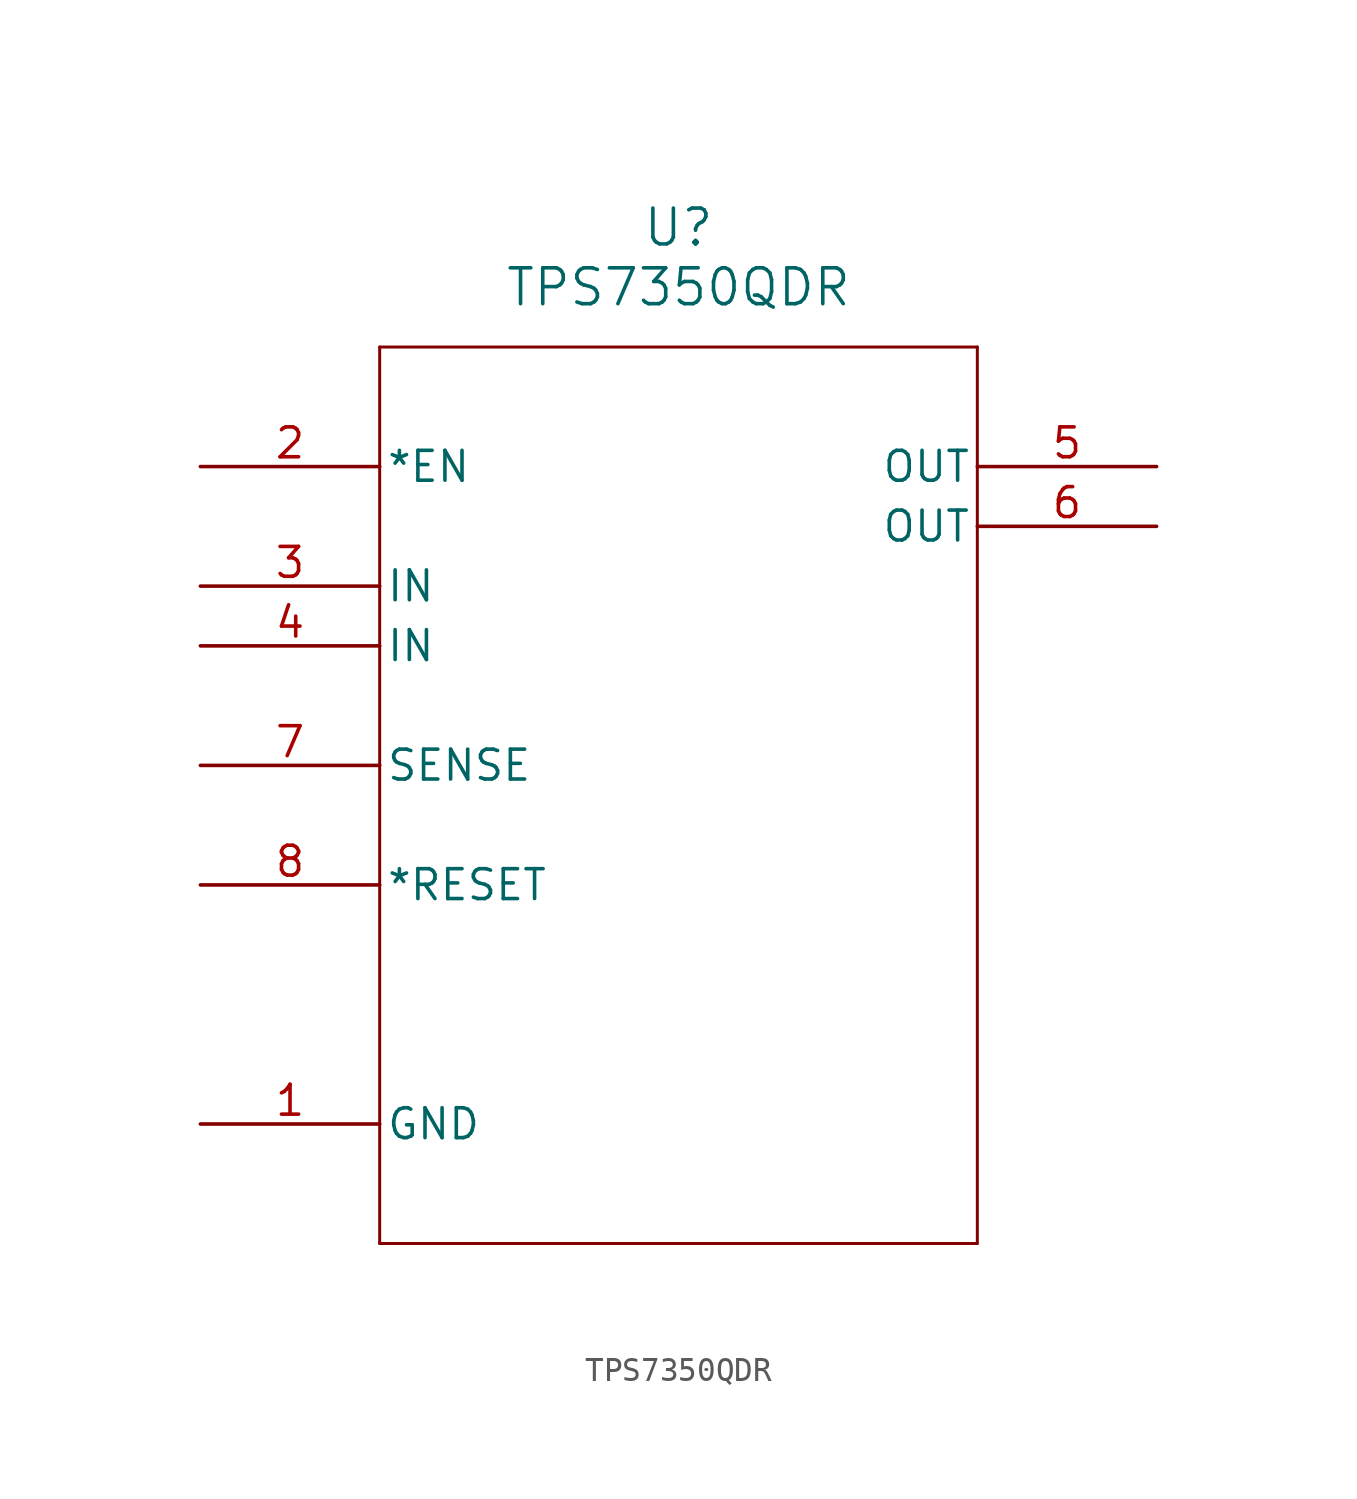
<source format=kicad_sym>
(kicad_symbol_lib
  (version 20211014)
  (generator kicad_symbol_editor)
  (symbol "TPS7350QDR"
    (pin_names
      (offset 0.254))
    (property "Reference" "U"
      (at 20.32 10.16 0)
      (effects (font (size 1.524 1.524))))
    (property "Value" "TPS7350QDR"
      (at 20.32 7.62 0)
      (effects (font (size 1.524 1.524))))
    (symbol "TPS7350QDR_0_1"
      (polyline (pts (xy 7.62 5.08) (xy 7.62 -33.02)) (stroke (width 0.127) (type default) (color 0 0 0 0)) (fill (type none)))
      (polyline (pts (xy 7.62 -33.02) (xy 33.02 -33.02)) (stroke (width 0.127) (type default) (color 0 0 0 0)) (fill (type none)))
      (polyline (pts (xy 33.02 -33.02) (xy 33.02 5.08)) (stroke (width 0.127) (type default) (color 0 0 0 0)) (fill (type none)))
      (polyline (pts (xy 33.02 5.08) (xy 7.62 5.08)) (stroke (width 0.127) (type default) (color 0 0 0 0)) (fill (type none)))
      (pin unspecified line (at 0 -27.94 0) (length 7.62) (name "GND" (effects (font (size 1.27 1.27)))) (number "1" (effects (font (size 1.27 1.27)))))
      (pin input line (at 0 0 0) (length 7.62) (name "*EN" (effects (font (size 1.27 1.27)))) (number "2" (effects (font (size 1.27 1.27)))))
      (pin input line (at 0 -5.08 0) (length 7.62) (name "IN" (effects (font (size 1.27 1.27)))) (number "3" (effects (font (size 1.27 1.27)))))
      (pin input line (at 0 -7.62 0) (length 7.62) (name "IN" (effects (font (size 1.27 1.27)))) (number "4" (effects (font (size 1.27 1.27)))))
      (pin output line (at 40.64 0 180) (length 7.62) (name "OUT" (effects (font (size 1.27 1.27)))) (number "5" (effects (font (size 1.27 1.27)))))
      (pin output line (at 40.64 -2.54 180) (length 7.62) (name "OUT" (effects (font (size 1.27 1.27)))) (number "6" (effects (font (size 1.27 1.27)))))
      (pin input line (at 0 -12.7 0) (length 7.62) (name "SENSE" (effects (font (size 1.27 1.27)))) (number "7" (effects (font (size 1.27 1.27)))))
      (pin unspecified line (at 0 -17.78 0) (length 7.62) (name "*RESET" (effects (font (size 1.27 1.27)))) (number "8" (effects (font (size 1.27 1.27))))))))
</source>
